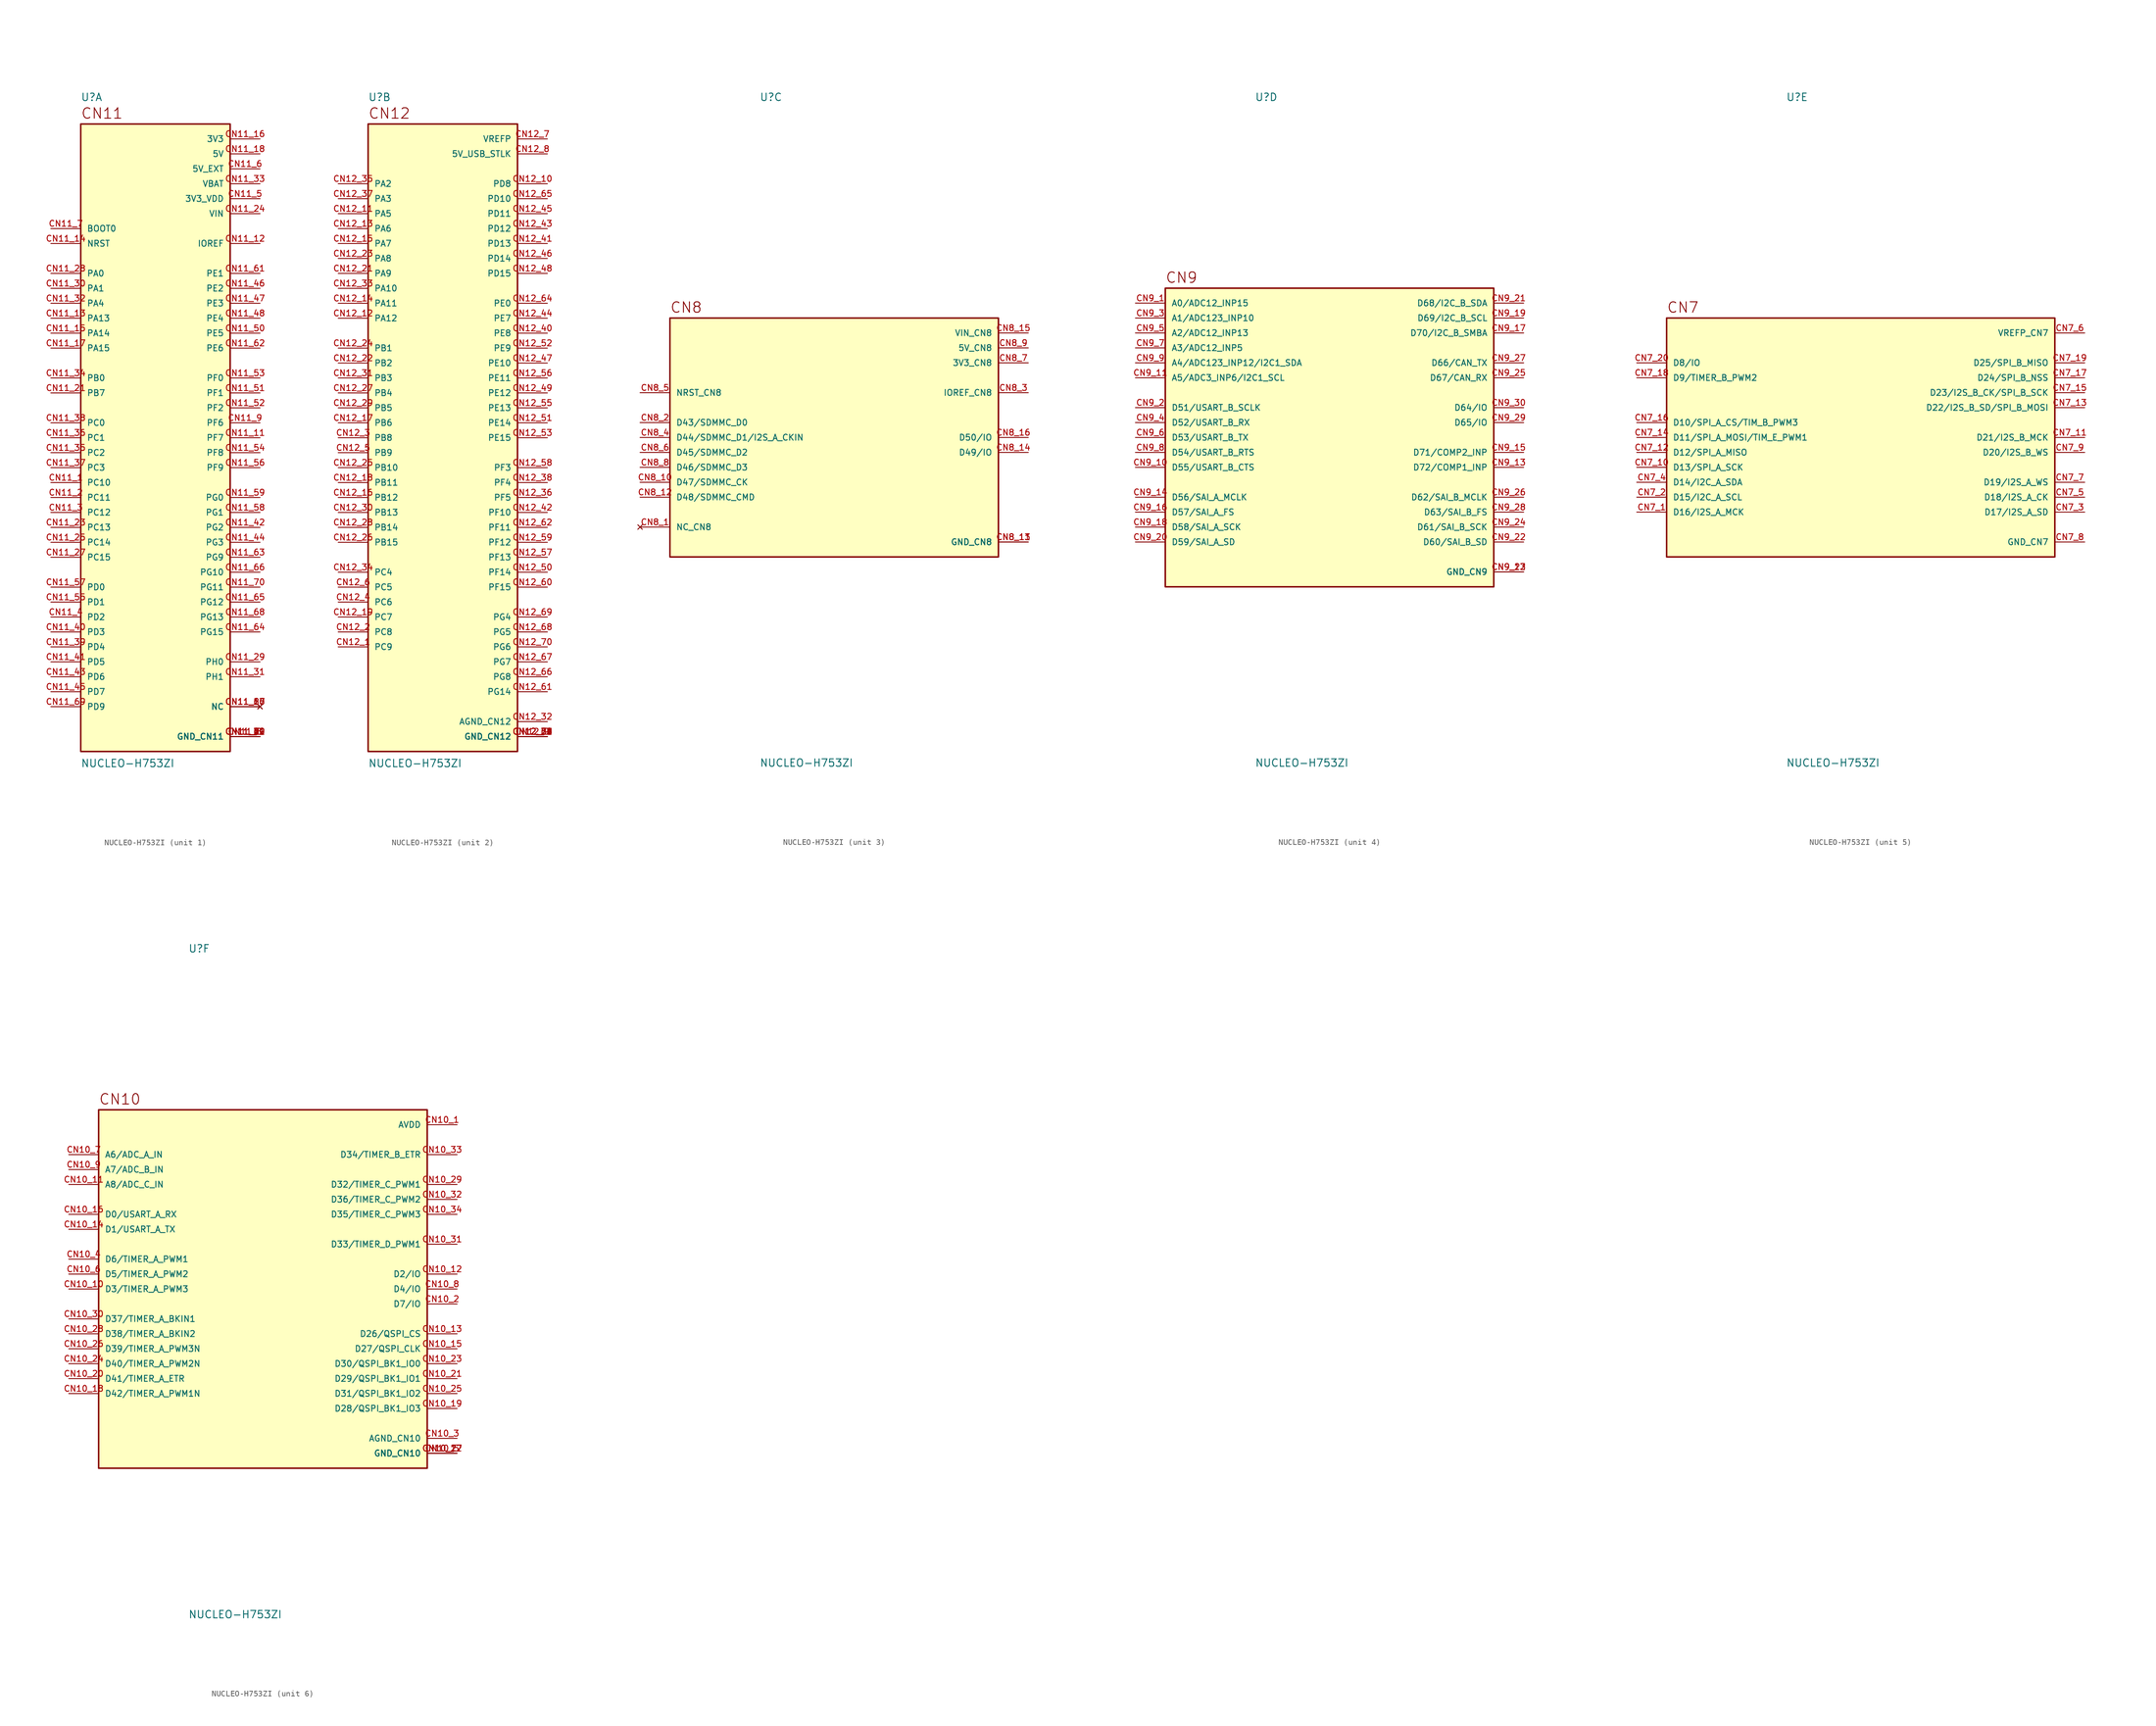
<source format=kicad_sym>
(kicad_symbol_lib
  (version 20211014)
  (generator kicad_symbol_editor)
  (symbol "NUCLEO-H753ZI"
    (pin_names
      (offset 1.016))
    (property "Reference" "U"
      (at -12.7 57.15 0)
      (effects (font (size 1.27 1.27)) (justify bottom left)))
    (property "Value" "NUCLEO-H753ZI"
      (at -12.7 -54.61 0.0)
      (effects (font (size 1.27 1.27)) (justify top left)))
    (symbol "NUCLEO-H753ZI_1_0"
      (text "CN11" (at -12.7 54.102 0) (effects (font (size 1.778 1.778)) (justify bottom left)))
      (rectangle (start -12.7 -53.34) (end 12.7 53.34) (stroke (width 0.254)) (fill (type background)))
      (pin bidirectional line (at -17.78 -7.62 0) (length 5.08) (name "PC10" (effects (font (size 1.016 1.016)))) (number "CN11_1" (effects (font (size 1.016 1.016)))))
      (pin bidirectional line (at -17.78 -10.16 0) (length 5.08) (name "PC11" (effects (font (size 1.016 1.016)))) (number "CN11_2" (effects (font (size 1.016 1.016)))))
      (pin bidirectional line (at -17.78 -12.7 0) (length 5.08) (name "PC12" (effects (font (size 1.016 1.016)))) (number "CN11_3" (effects (font (size 1.016 1.016)))))
      (pin bidirectional line (at -17.78 -30.48 0) (length 5.08) (name "PD2" (effects (font (size 1.016 1.016)))) (number "CN11_4" (effects (font (size 1.016 1.016)))))
      (pin power_in line (at 17.78 40.64 180.0) (length 5.08) (name "3V3_VDD" (effects (font (size 1.016 1.016)))) (number "CN11_5" (effects (font (size 1.016 1.016)))))
      (pin power_in line (at 17.78 45.72 180.0) (length 5.08) (name "5V_EXT" (effects (font (size 1.016 1.016)))) (number "CN11_6" (effects (font (size 1.016 1.016)))))
      (pin input line (at -17.78 35.56 0) (length 5.08) (name "BOOT0" (effects (font (size 1.016 1.016)))) (number "CN11_7" (effects (font (size 1.016 1.016)))))
      (pin power_in line (at 17.78 -50.8 180.0) (length 5.08) (name "GND_CN11" (effects (font (size 1.016 1.016)))) (number "CN11_8" (effects (font (size 1.016 1.016)))))
      (pin power_in line (at 17.78 -50.8 180.0) (length 5.08) (name "GND_CN11" (effects (font (size 1.016 1.016)))) (number "CN11_19" (effects (font (size 1.016 1.016)))))
      (pin power_in line (at 17.78 -50.8 180.0) (length 5.08) (name "GND_CN11" (effects (font (size 1.016 1.016)))) (number "CN11_20" (effects (font (size 1.016 1.016)))))
      (pin power_in line (at 17.78 -50.8 180.0) (length 5.08) (name "GND_CN11" (effects (font (size 1.016 1.016)))) (number "CN11_22" (effects (font (size 1.016 1.016)))))
      (pin power_in line (at 17.78 -50.8 180.0) (length 5.08) (name "GND_CN11" (effects (font (size 1.016 1.016)))) (number "CN11_49" (effects (font (size 1.016 1.016)))))
      (pin power_in line (at 17.78 -50.8 180.0) (length 5.08) (name "GND_CN11" (effects (font (size 1.016 1.016)))) (number "CN11_60" (effects (font (size 1.016 1.016)))))
      (pin power_in line (at 17.78 -50.8 180.0) (length 5.08) (name "GND_CN11" (effects (font (size 1.016 1.016)))) (number "CN11_71" (effects (font (size 1.016 1.016)))))
      (pin power_in line (at 17.78 -50.8 180.0) (length 5.08) (name "GND_CN11" (effects (font (size 1.016 1.016)))) (number "CN11_72" (effects (font (size 1.016 1.016)))))
      (pin bidirectional line (at 17.78 2.54 180.0) (length 5.08) (name "PF6" (effects (font (size 1.016 1.016)))) (number "CN11_9" (effects (font (size 1.016 1.016)))))
      (pin bidirectional line (at 17.78 0.0 180.0) (length 5.08) (name "PF7" (effects (font (size 1.016 1.016)))) (number "CN11_11" (effects (font (size 1.016 1.016)))))
      (pin bidirectional line (at 17.78 33.02 180.0) (length 5.08) (name "IOREF" (effects (font (size 1.016 1.016)))) (number "CN11_12" (effects (font (size 1.016 1.016)))))
      (pin bidirectional line (at -17.78 20.32 0) (length 5.08) (name "PA13" (effects (font (size 1.016 1.016)))) (number "CN11_13" (effects (font (size 1.016 1.016)))))
      (pin input line (at -17.78 33.02 0) (length 5.08) (name "NRST" (effects (font (size 1.016 1.016)))) (number "CN11_14" (effects (font (size 1.016 1.016)))))
      (pin bidirectional line (at -17.78 17.78 0) (length 5.08) (name "PA14" (effects (font (size 1.016 1.016)))) (number "CN11_15" (effects (font (size 1.016 1.016)))))
      (pin power_in line (at 17.78 50.8 180.0) (length 5.08) (name "3V3" (effects (font (size 1.016 1.016)))) (number "CN11_16" (effects (font (size 1.016 1.016)))))
      (pin bidirectional line (at -17.78 15.24 0) (length 5.08) (name "PA15" (effects (font (size 1.016 1.016)))) (number "CN11_17" (effects (font (size 1.016 1.016)))))
      (pin power_in line (at 17.78 48.26 180.0) (length 5.08) (name "5V" (effects (font (size 1.016 1.016)))) (number "CN11_18" (effects (font (size 1.016 1.016)))))
      (pin bidirectional line (at -17.78 7.62 0) (length 5.08) (name "PB7" (effects (font (size 1.016 1.016)))) (number "CN11_21" (effects (font (size 1.016 1.016)))))
      (pin bidirectional line (at -17.78 -15.24 0) (length 5.08) (name "PC13" (effects (font (size 1.016 1.016)))) (number "CN11_23" (effects (font (size 1.016 1.016)))))
      (pin power_in line (at 17.78 38.1 180.0) (length 5.08) (name "VIN" (effects (font (size 1.016 1.016)))) (number "CN11_24" (effects (font (size 1.016 1.016)))))
      (pin bidirectional line (at -17.78 -17.78 0) (length 5.08) (name "PC14" (effects (font (size 1.016 1.016)))) (number "CN11_25" (effects (font (size 1.016 1.016)))))
      (pin bidirectional line (at -17.78 -20.32 0) (length 5.08) (name "PC15" (effects (font (size 1.016 1.016)))) (number "CN11_27" (effects (font (size 1.016 1.016)))))
      (pin bidirectional line (at -17.78 27.94 0) (length 5.08) (name "PA0" (effects (font (size 1.016 1.016)))) (number "CN11_28" (effects (font (size 1.016 1.016)))))
      (pin bidirectional line (at 17.78 -38.1 180.0) (length 5.08) (name "PH0" (effects (font (size 1.016 1.016)))) (number "CN11_29" (effects (font (size 1.016 1.016)))))
      (pin bidirectional line (at -17.78 25.4 0) (length 5.08) (name "PA1" (effects (font (size 1.016 1.016)))) (number "CN11_30" (effects (font (size 1.016 1.016)))))
      (pin bidirectional line (at 17.78 -40.64 180.0) (length 5.08) (name "PH1" (effects (font (size 1.016 1.016)))) (number "CN11_31" (effects (font (size 1.016 1.016)))))
      (pin bidirectional line (at -17.78 22.86 0) (length 5.08) (name "PA4" (effects (font (size 1.016 1.016)))) (number "CN11_32" (effects (font (size 1.016 1.016)))))
      (pin power_in line (at 17.78 43.18 180.0) (length 5.08) (name "VBAT" (effects (font (size 1.016 1.016)))) (number "CN11_33" (effects (font (size 1.016 1.016)))))
      (pin bidirectional line (at -17.78 10.16 0) (length 5.08) (name "PB0" (effects (font (size 1.016 1.016)))) (number "CN11_34" (effects (font (size 1.016 1.016)))))
      (pin bidirectional line (at -17.78 -2.54 0) (length 5.08) (name "PC2" (effects (font (size 1.016 1.016)))) (number "CN11_35" (effects (font (size 1.016 1.016)))))
      (pin bidirectional line (at -17.78 0.0 0) (length 5.08) (name "PC1" (effects (font (size 1.016 1.016)))) (number "CN11_36" (effects (font (size 1.016 1.016)))))
      (pin bidirectional line (at -17.78 -5.08 0) (length 5.08) (name "PC3" (effects (font (size 1.016 1.016)))) (number "CN11_37" (effects (font (size 1.016 1.016)))))
      (pin bidirectional line (at -17.78 2.54 0) (length 5.08) (name "PC0" (effects (font (size 1.016 1.016)))) (number "CN11_38" (effects (font (size 1.016 1.016)))))
      (pin bidirectional line (at -17.78 -35.56 0) (length 5.08) (name "PD4" (effects (font (size 1.016 1.016)))) (number "CN11_39" (effects (font (size 1.016 1.016)))))
      (pin bidirectional line (at -17.78 -33.02 0) (length 5.08) (name "PD3" (effects (font (size 1.016 1.016)))) (number "CN11_40" (effects (font (size 1.016 1.016)))))
      (pin bidirectional line (at -17.78 -38.1 0) (length 5.08) (name "PD5" (effects (font (size 1.016 1.016)))) (number "CN11_41" (effects (font (size 1.016 1.016)))))
      (pin bidirectional line (at 17.78 -15.24 180.0) (length 5.08) (name "PG2" (effects (font (size 1.016 1.016)))) (number "CN11_42" (effects (font (size 1.016 1.016)))))
      (pin bidirectional line (at -17.78 -40.64 0) (length 5.08) (name "PD6" (effects (font (size 1.016 1.016)))) (number "CN11_43" (effects (font (size 1.016 1.016)))))
      (pin bidirectional line (at 17.78 -17.78 180.0) (length 5.08) (name "PG3" (effects (font (size 1.016 1.016)))) (number "CN11_44" (effects (font (size 1.016 1.016)))))
      (pin bidirectional line (at -17.78 -43.18 0) (length 5.08) (name "PD7" (effects (font (size 1.016 1.016)))) (number "CN11_45" (effects (font (size 1.016 1.016)))))
      (pin bidirectional line (at 17.78 25.4 180.0) (length 5.08) (name "PE2" (effects (font (size 1.016 1.016)))) (number "CN11_46" (effects (font (size 1.016 1.016)))))
      (pin bidirectional line (at 17.78 22.86 180.0) (length 5.08) (name "PE3" (effects (font (size 1.016 1.016)))) (number "CN11_47" (effects (font (size 1.016 1.016)))))
      (pin bidirectional line (at 17.78 20.32 180.0) (length 5.08) (name "PE4" (effects (font (size 1.016 1.016)))) (number "CN11_48" (effects (font (size 1.016 1.016)))))
      (pin bidirectional line (at 17.78 17.78 180.0) (length 5.08) (name "PE5" (effects (font (size 1.016 1.016)))) (number "CN11_50" (effects (font (size 1.016 1.016)))))
      (pin bidirectional line (at 17.78 7.62 180.0) (length 5.08) (name "PF1" (effects (font (size 1.016 1.016)))) (number "CN11_51" (effects (font (size 1.016 1.016)))))
      (pin bidirectional line (at 17.78 5.08 180.0) (length 5.08) (name "PF2" (effects (font (size 1.016 1.016)))) (number "CN11_52" (effects (font (size 1.016 1.016)))))
      (pin bidirectional line (at 17.78 10.16 180.0) (length 5.08) (name "PF0" (effects (font (size 1.016 1.016)))) (number "CN11_53" (effects (font (size 1.016 1.016)))))
      (pin bidirectional line (at 17.78 -2.54 180.0) (length 5.08) (name "PF8" (effects (font (size 1.016 1.016)))) (number "CN11_54" (effects (font (size 1.016 1.016)))))
      (pin bidirectional line (at -17.78 -27.94 0) (length 5.08) (name "PD1" (effects (font (size 1.016 1.016)))) (number "CN11_55" (effects (font (size 1.016 1.016)))))
      (pin bidirectional line (at 17.78 -5.08 180.0) (length 5.08) (name "PF9" (effects (font (size 1.016 1.016)))) (number "CN11_56" (effects (font (size 1.016 1.016)))))
      (pin bidirectional line (at -17.78 -25.4 0) (length 5.08) (name "PD0" (effects (font (size 1.016 1.016)))) (number "CN11_57" (effects (font (size 1.016 1.016)))))
      (pin bidirectional line (at 17.78 -12.7 180.0) (length 5.08) (name "PG1" (effects (font (size 1.016 1.016)))) (number "CN11_58" (effects (font (size 1.016 1.016)))))
      (pin bidirectional line (at 17.78 -10.16 180.0) (length 5.08) (name "PG0" (effects (font (size 1.016 1.016)))) (number "CN11_59" (effects (font (size 1.016 1.016)))))
      (pin bidirectional line (at 17.78 27.94 180.0) (length 5.08) (name "PE1" (effects (font (size 1.016 1.016)))) (number "CN11_61" (effects (font (size 1.016 1.016)))))
      (pin bidirectional line (at 17.78 15.24 180.0) (length 5.08) (name "PE6" (effects (font (size 1.016 1.016)))) (number "CN11_62" (effects (font (size 1.016 1.016)))))
      (pin bidirectional line (at 17.78 -20.32 180.0) (length 5.08) (name "PG9" (effects (font (size 1.016 1.016)))) (number "CN11_63" (effects (font (size 1.016 1.016)))))
      (pin bidirectional line (at 17.78 -33.02 180.0) (length 5.08) (name "PG15" (effects (font (size 1.016 1.016)))) (number "CN11_64" (effects (font (size 1.016 1.016)))))
      (pin bidirectional line (at 17.78 -27.94 180.0) (length 5.08) (name "PG12" (effects (font (size 1.016 1.016)))) (number "CN11_65" (effects (font (size 1.016 1.016)))))
      (pin bidirectional line (at 17.78 -22.86 180.0) (length 5.08) (name "PG10" (effects (font (size 1.016 1.016)))) (number "CN11_66" (effects (font (size 1.016 1.016)))))
      (pin bidirectional line (at 17.78 -30.48 180.0) (length 5.08) (name "PG13" (effects (font (size 1.016 1.016)))) (number "CN11_68" (effects (font (size 1.016 1.016)))))
      (pin bidirectional line (at -17.78 -45.72 0) (length 5.08) (name "PD9" (effects (font (size 1.016 1.016)))) (number "CN11_69" (effects (font (size 1.016 1.016)))))
      (pin bidirectional line (at 17.78 -25.4 180.0) (length 5.08) (name "PG11" (effects (font (size 1.016 1.016)))) (number "CN11_70" (effects (font (size 1.016 1.016)))))
      (pin no_connect line (at 17.78 -45.72 180.0) (length 5.08) (name "NC" (effects (font (size 1.016 1.016)))) (number "CN11_10" (effects (font (size 1.016 1.016)))))
      (pin no_connect line (at 17.78 -45.72 180.0) (length 5.08) (name "NC" (effects (font (size 1.016 1.016)))) (number "CN11_26" (effects (font (size 1.016 1.016)))))
      (pin no_connect line (at 17.78 -45.72 180.0) (length 5.08) (name "NC" (effects (font (size 1.016 1.016)))) (number "CN11_67" (effects (font (size 1.016 1.016))))))
    (symbol "NUCLEO-H753ZI_2_0"
      (text "CN12" (at -12.7 54.102 0) (effects (font (size 1.778 1.778)) (justify bottom left)))
      (rectangle (start -12.7 -53.34) (end 12.7 53.34) (stroke (width 0.254)) (fill (type background)))
      (pin bidirectional line (at -17.78 -35.56 0) (length 5.08) (name "PC9" (effects (font (size 1.016 1.016)))) (number "CN12_1" (effects (font (size 1.016 1.016)))))
      (pin bidirectional line (at -17.78 -33.02 0) (length 5.08) (name "PC8" (effects (font (size 1.016 1.016)))) (number "CN12_2" (effects (font (size 1.016 1.016)))))
      (pin bidirectional line (at -17.78 0.0 0) (length 5.08) (name "PB8" (effects (font (size 1.016 1.016)))) (number "CN12_3" (effects (font (size 1.016 1.016)))))
      (pin bidirectional line (at -17.78 -27.94 0) (length 5.08) (name "PC6" (effects (font (size 1.016 1.016)))) (number "CN12_4" (effects (font (size 1.016 1.016)))))
      (pin bidirectional line (at -17.78 -2.54 0) (length 5.08) (name "PB9" (effects (font (size 1.016 1.016)))) (number "CN12_5" (effects (font (size 1.016 1.016)))))
      (pin bidirectional line (at -17.78 -25.4 0) (length 5.08) (name "PC5" (effects (font (size 1.016 1.016)))) (number "CN12_6" (effects (font (size 1.016 1.016)))))
      (pin power_in line (at 17.78 50.8 180.0) (length 5.08) (name "VREFP" (effects (font (size 1.016 1.016)))) (number "CN12_7" (effects (font (size 1.016 1.016)))))
      (pin power_in line (at 17.78 48.26 180.0) (length 5.08) (name "5V_USB_STLK" (effects (font (size 1.016 1.016)))) (number "CN12_8" (effects (font (size 1.016 1.016)))))
      (pin power_in line (at 17.78 -50.8 180.0) (length 5.08) (name "GND_CN12" (effects (font (size 1.016 1.016)))) (number "CN12_9" (effects (font (size 1.016 1.016)))))
      (pin power_in line (at 17.78 -50.8 180.0) (length 5.08) (name "GND_CN12" (effects (font (size 1.016 1.016)))) (number "CN12_20" (effects (font (size 1.016 1.016)))))
      (pin power_in line (at 17.78 -50.8 180.0) (length 5.08) (name "GND_CN12" (effects (font (size 1.016 1.016)))) (number "CN12_39" (effects (font (size 1.016 1.016)))))
      (pin power_in line (at 17.78 -50.8 180.0) (length 5.08) (name "GND_CN12" (effects (font (size 1.016 1.016)))) (number "CN12_54" (effects (font (size 1.016 1.016)))))
      (pin power_in line (at 17.78 -50.8 180.0) (length 5.08) (name "GND_CN12" (effects (font (size 1.016 1.016)))) (number "CN12_63" (effects (font (size 1.016 1.016)))))
      (pin power_in line (at 17.78 -50.8 180.0) (length 5.08) (name "GND_CN12" (effects (font (size 1.016 1.016)))) (number "CN12_71" (effects (font (size 1.016 1.016)))))
      (pin power_in line (at 17.78 -50.8 180.0) (length 5.08) (name "GND_CN12" (effects (font (size 1.016 1.016)))) (number "CN12_72" (effects (font (size 1.016 1.016)))))
      (pin bidirectional line (at 17.78 43.18 180.0) (length 5.08) (name "PD8" (effects (font (size 1.016 1.016)))) (number "CN12_10" (effects (font (size 1.016 1.016)))))
      (pin bidirectional line (at -17.78 38.1 0) (length 5.08) (name "PA5" (effects (font (size 1.016 1.016)))) (number "CN12_11" (effects (font (size 1.016 1.016)))))
      (pin bidirectional line (at -17.78 20.32 0) (length 5.08) (name "PA12" (effects (font (size 1.016 1.016)))) (number "CN12_12" (effects (font (size 1.016 1.016)))))
      (pin bidirectional line (at -17.78 35.56 0) (length 5.08) (name "PA6" (effects (font (size 1.016 1.016)))) (number "CN12_13" (effects (font (size 1.016 1.016)))))
      (pin bidirectional line (at -17.78 22.86 0) (length 5.08) (name "PA11" (effects (font (size 1.016 1.016)))) (number "CN12_14" (effects (font (size 1.016 1.016)))))
      (pin bidirectional line (at -17.78 33.02 0) (length 5.08) (name "PA7" (effects (font (size 1.016 1.016)))) (number "CN12_15" (effects (font (size 1.016 1.016)))))
      (pin bidirectional line (at -17.78 -10.16 0) (length 5.08) (name "PB12" (effects (font (size 1.016 1.016)))) (number "CN12_16" (effects (font (size 1.016 1.016)))))
      (pin bidirectional line (at -17.78 2.54 0) (length 5.08) (name "PB6" (effects (font (size 1.016 1.016)))) (number "CN12_17" (effects (font (size 1.016 1.016)))))
      (pin bidirectional line (at -17.78 -7.62 0) (length 5.08) (name "PB11" (effects (font (size 1.016 1.016)))) (number "CN12_18" (effects (font (size 1.016 1.016)))))
      (pin bidirectional line (at -17.78 -30.48 0) (length 5.08) (name "PC7" (effects (font (size 1.016 1.016)))) (number "CN12_19" (effects (font (size 1.016 1.016)))))
      (pin bidirectional line (at -17.78 27.94 0) (length 5.08) (name "PA9" (effects (font (size 1.016 1.016)))) (number "CN12_21" (effects (font (size 1.016 1.016)))))
      (pin bidirectional line (at -17.78 12.7 0) (length 5.08) (name "PB2" (effects (font (size 1.016 1.016)))) (number "CN12_22" (effects (font (size 1.016 1.016)))))
      (pin bidirectional line (at -17.78 30.48 0) (length 5.08) (name "PA8" (effects (font (size 1.016 1.016)))) (number "CN12_23" (effects (font (size 1.016 1.016)))))
      (pin bidirectional line (at -17.78 15.24 0) (length 5.08) (name "PB1" (effects (font (size 1.016 1.016)))) (number "CN12_24" (effects (font (size 1.016 1.016)))))
      (pin bidirectional line (at -17.78 -5.08 0) (length 5.08) (name "PB10" (effects (font (size 1.016 1.016)))) (number "CN12_25" (effects (font (size 1.016 1.016)))))
      (pin bidirectional line (at -17.78 -17.78 0) (length 5.08) (name "PB15" (effects (font (size 1.016 1.016)))) (number "CN12_26" (effects (font (size 1.016 1.016)))))
      (pin bidirectional line (at -17.78 7.62 0) (length 5.08) (name "PB4" (effects (font (size 1.016 1.016)))) (number "CN12_27" (effects (font (size 1.016 1.016)))))
      (pin bidirectional line (at -17.78 -15.24 0) (length 5.08) (name "PB14" (effects (font (size 1.016 1.016)))) (number "CN12_28" (effects (font (size 1.016 1.016)))))
      (pin bidirectional line (at -17.78 5.08 0) (length 5.08) (name "PB5" (effects (font (size 1.016 1.016)))) (number "CN12_29" (effects (font (size 1.016 1.016)))))
      (pin bidirectional line (at -17.78 -12.7 0) (length 5.08) (name "PB13" (effects (font (size 1.016 1.016)))) (number "CN12_30" (effects (font (size 1.016 1.016)))))
      (pin bidirectional line (at -17.78 10.16 0) (length 5.08) (name "PB3" (effects (font (size 1.016 1.016)))) (number "CN12_31" (effects (font (size 1.016 1.016)))))
      (pin power_in line (at 17.78 -48.26 180.0) (length 5.08) (name "AGND_CN12" (effects (font (size 1.016 1.016)))) (number "CN12_32" (effects (font (size 1.016 1.016)))))
      (pin bidirectional line (at -17.78 25.4 0) (length 5.08) (name "PA10" (effects (font (size 1.016 1.016)))) (number "CN12_33" (effects (font (size 1.016 1.016)))))
      (pin bidirectional line (at -17.78 -22.86 0) (length 5.08) (name "PC4" (effects (font (size 1.016 1.016)))) (number "CN12_34" (effects (font (size 1.016 1.016)))))
      (pin bidirectional line (at -17.78 43.18 0) (length 5.08) (name "PA2" (effects (font (size 1.016 1.016)))) (number "CN12_35" (effects (font (size 1.016 1.016)))))
      (pin bidirectional line (at 17.78 -10.16 180.0) (length 5.08) (name "PF5" (effects (font (size 1.016 1.016)))) (number "CN12_36" (effects (font (size 1.016 1.016)))))
      (pin bidirectional line (at -17.78 40.64 0) (length 5.08) (name "PA3" (effects (font (size 1.016 1.016)))) (number "CN12_37" (effects (font (size 1.016 1.016)))))
      (pin bidirectional line (at 17.78 -7.62 180.0) (length 5.08) (name "PF4" (effects (font (size 1.016 1.016)))) (number "CN12_38" (effects (font (size 1.016 1.016)))))
      (pin bidirectional line (at 17.78 17.78 180.0) (length 5.08) (name "PE8" (effects (font (size 1.016 1.016)))) (number "CN12_40" (effects (font (size 1.016 1.016)))))
      (pin bidirectional line (at 17.78 33.02 180.0) (length 5.08) (name "PD13" (effects (font (size 1.016 1.016)))) (number "CN12_41" (effects (font (size 1.016 1.016)))))
      (pin bidirectional line (at 17.78 -12.7 180.0) (length 5.08) (name "PF10" (effects (font (size 1.016 1.016)))) (number "CN12_42" (effects (font (size 1.016 1.016)))))
      (pin bidirectional line (at 17.78 35.56 180.0) (length 5.08) (name "PD12" (effects (font (size 1.016 1.016)))) (number "CN12_43" (effects (font (size 1.016 1.016)))))
      (pin bidirectional line (at 17.78 20.32 180.0) (length 5.08) (name "PE7" (effects (font (size 1.016 1.016)))) (number "CN12_44" (effects (font (size 1.016 1.016)))))
      (pin bidirectional line (at 17.78 38.1 180.0) (length 5.08) (name "PD11" (effects (font (size 1.016 1.016)))) (number "CN12_45" (effects (font (size 1.016 1.016)))))
      (pin bidirectional line (at 17.78 30.48 180.0) (length 5.08) (name "PD14" (effects (font (size 1.016 1.016)))) (number "CN12_46" (effects (font (size 1.016 1.016)))))
      (pin bidirectional line (at 17.78 12.7 180.0) (length 5.08) (name "PE10" (effects (font (size 1.016 1.016)))) (number "CN12_47" (effects (font (size 1.016 1.016)))))
      (pin bidirectional line (at 17.78 27.94 180.0) (length 5.08) (name "PD15" (effects (font (size 1.016 1.016)))) (number "CN12_48" (effects (font (size 1.016 1.016)))))
      (pin bidirectional line (at 17.78 7.62 180.0) (length 5.08) (name "PE12" (effects (font (size 1.016 1.016)))) (number "CN12_49" (effects (font (size 1.016 1.016)))))
      (pin bidirectional line (at 17.78 -22.86 180.0) (length 5.08) (name "PF14" (effects (font (size 1.016 1.016)))) (number "CN12_50" (effects (font (size 1.016 1.016)))))
      (pin bidirectional line (at 17.78 2.54 180.0) (length 5.08) (name "PE14" (effects (font (size 1.016 1.016)))) (number "CN12_51" (effects (font (size 1.016 1.016)))))
      (pin bidirectional line (at 17.78 15.24 180.0) (length 5.08) (name "PE9" (effects (font (size 1.016 1.016)))) (number "CN12_52" (effects (font (size 1.016 1.016)))))
      (pin bidirectional line (at 17.78 0.0 180.0) (length 5.08) (name "PE15" (effects (font (size 1.016 1.016)))) (number "CN12_53" (effects (font (size 1.016 1.016)))))
      (pin bidirectional line (at 17.78 5.08 180.0) (length 5.08) (name "PE13" (effects (font (size 1.016 1.016)))) (number "CN12_55" (effects (font (size 1.016 1.016)))))
      (pin bidirectional line (at 17.78 10.16 180.0) (length 5.08) (name "PE11" (effects (font (size 1.016 1.016)))) (number "CN12_56" (effects (font (size 1.016 1.016)))))
      (pin bidirectional line (at 17.78 -20.32 180.0) (length 5.08) (name "PF13" (effects (font (size 1.016 1.016)))) (number "CN12_57" (effects (font (size 1.016 1.016)))))
      (pin bidirectional line (at 17.78 -5.08 180.0) (length 5.08) (name "PF3" (effects (font (size 1.016 1.016)))) (number "CN12_58" (effects (font (size 1.016 1.016)))))
      (pin bidirectional line (at 17.78 -17.78 180.0) (length 5.08) (name "PF12" (effects (font (size 1.016 1.016)))) (number "CN12_59" (effects (font (size 1.016 1.016)))))
      (pin bidirectional line (at 17.78 -25.4 180.0) (length 5.08) (name "PF15" (effects (font (size 1.016 1.016)))) (number "CN12_60" (effects (font (size 1.016 1.016)))))
      (pin bidirectional line (at 17.78 -43.18 180.0) (length 5.08) (name "PG14" (effects (font (size 1.016 1.016)))) (number "CN12_61" (effects (font (size 1.016 1.016)))))
      (pin bidirectional line (at 17.78 -15.24 180.0) (length 5.08) (name "PF11" (effects (font (size 1.016 1.016)))) (number "CN12_62" (effects (font (size 1.016 1.016)))))
      (pin bidirectional line (at 17.78 22.86 180.0) (length 5.08) (name "PE0" (effects (font (size 1.016 1.016)))) (number "CN12_64" (effects (font (size 1.016 1.016)))))
      (pin bidirectional line (at 17.78 40.64 180.0) (length 5.08) (name "PD10" (effects (font (size 1.016 1.016)))) (number "CN12_65" (effects (font (size 1.016 1.016)))))
      (pin bidirectional line (at 17.78 -40.64 180.0) (length 5.08) (name "PG8" (effects (font (size 1.016 1.016)))) (number "CN12_66" (effects (font (size 1.016 1.016)))))
      (pin bidirectional line (at 17.78 -38.1 180.0) (length 5.08) (name "PG7" (effects (font (size 1.016 1.016)))) (number "CN12_67" (effects (font (size 1.016 1.016)))))
      (pin bidirectional line (at 17.78 -33.02 180.0) (length 5.08) (name "PG5" (effects (font (size 1.016 1.016)))) (number "CN12_68" (effects (font (size 1.016 1.016)))))
      (pin bidirectional line (at 17.78 -30.48 180.0) (length 5.08) (name "PG4" (effects (font (size 1.016 1.016)))) (number "CN12_69" (effects (font (size 1.016 1.016)))))
      (pin bidirectional line (at 17.78 -35.56 180.0) (length 5.08) (name "PG6" (effects (font (size 1.016 1.016)))) (number "CN12_70" (effects (font (size 1.016 1.016))))))
    (symbol "NUCLEO-H753ZI_3_0"
      (text "CN8" (at -27.94 21.082 0) (effects (font (size 1.778 1.778)) (justify bottom left)))
      (rectangle (start -27.94 -20.32) (end 27.94 20.32) (stroke (width 0.254)) (fill (type background)))
      (pin bidirectional line (at -33.02 2.54 0) (length 5.08) (name "D43/SDMMC_D0" (effects (font (size 1.016 1.016)))) (number "CN8_2" (effects (font (size 1.016 1.016)))))
      (pin bidirectional line (at 33.02 7.62 180.0) (length 5.08) (name "IOREF_CN8" (effects (font (size 1.016 1.016)))) (number "CN8_3" (effects (font (size 1.016 1.016)))))
      (pin bidirectional line (at -33.02 0.0 0) (length 5.08) (name "D44/SDMMC_D1/I2S_A_CKIN" (effects (font (size 1.016 1.016)))) (number "CN8_4" (effects (font (size 1.016 1.016)))))
      (pin input line (at -33.02 7.62 0) (length 5.08) (name "NRST_CN8" (effects (font (size 1.016 1.016)))) (number "CN8_5" (effects (font (size 1.016 1.016)))))
      (pin bidirectional line (at -33.02 -2.54 0) (length 5.08) (name "D45/SDMMC_D2" (effects (font (size 1.016 1.016)))) (number "CN8_6" (effects (font (size 1.016 1.016)))))
      (pin power_in line (at 33.02 12.7 180.0) (length 5.08) (name "3V3_CN8" (effects (font (size 1.016 1.016)))) (number "CN8_7" (effects (font (size 1.016 1.016)))))
      (pin bidirectional line (at -33.02 -5.08 0) (length 5.08) (name "D46/SDMMC_D3" (effects (font (size 1.016 1.016)))) (number "CN8_8" (effects (font (size 1.016 1.016)))))
      (pin power_in line (at 33.02 15.24 180.0) (length 5.08) (name "5V_CN8" (effects (font (size 1.016 1.016)))) (number "CN8_9" (effects (font (size 1.016 1.016)))))
      (pin bidirectional line (at -33.02 -7.62 0) (length 5.08) (name "D47/SDMMC_CK" (effects (font (size 1.016 1.016)))) (number "CN8_10" (effects (font (size 1.016 1.016)))))
      (pin power_in line (at 33.02 -17.78 180.0) (length 5.08) (name "GND_CN8" (effects (font (size 1.016 1.016)))) (number "CN8_11" (effects (font (size 1.016 1.016)))))
      (pin power_in line (at 33.02 -17.78 180.0) (length 5.08) (name "GND_CN8" (effects (font (size 1.016 1.016)))) (number "CN8_13" (effects (font (size 1.016 1.016)))))
      (pin bidirectional line (at -33.02 -10.16 0) (length 5.08) (name "D48/SDMMC_CMD" (effects (font (size 1.016 1.016)))) (number "CN8_12" (effects (font (size 1.016 1.016)))))
      (pin bidirectional line (at 33.02 -2.54 180.0) (length 5.08) (name "D49/IO" (effects (font (size 1.016 1.016)))) (number "CN8_14" (effects (font (size 1.016 1.016)))))
      (pin power_in line (at 33.02 17.78 180.0) (length 5.08) (name "VIN_CN8" (effects (font (size 1.016 1.016)))) (number "CN8_15" (effects (font (size 1.016 1.016)))))
      (pin bidirectional line (at 33.02 0.0 180.0) (length 5.08) (name "D50/IO" (effects (font (size 1.016 1.016)))) (number "CN8_16" (effects (font (size 1.016 1.016)))))
      (pin no_connect line (at -33.02 -15.24 0) (length 5.08) (name "NC_CN8" (effects (font (size 1.016 1.016)))) (number "CN8_1" (effects (font (size 1.016 1.016))))))
    (symbol "NUCLEO-H753ZI_4_0"
      (text "CN9" (at -27.94 26.162 0) (effects (font (size 1.778 1.778)) (justify bottom left)))
      (rectangle (start -27.94 -25.4) (end 27.94 25.4) (stroke (width 0.254)) (fill (type background)))
      (pin input line (at -33.02 22.86 0) (length 5.08) (name "A0/ADC12_INP15" (effects (font (size 1.016 1.016)))) (number "CN9_1" (effects (font (size 1.016 1.016)))))
      (pin bidirectional line (at -33.02 5.08 0) (length 5.08) (name "D51/USART_B_SCLK" (effects (font (size 1.016 1.016)))) (number "CN9_2" (effects (font (size 1.016 1.016)))))
      (pin input line (at -33.02 20.32 0) (length 5.08) (name "A1/ADC123_INP10" (effects (font (size 1.016 1.016)))) (number "CN9_3" (effects (font (size 1.016 1.016)))))
      (pin bidirectional line (at -33.02 2.54 0) (length 5.08) (name "D52/USART_B_RX" (effects (font (size 1.016 1.016)))) (number "CN9_4" (effects (font (size 1.016 1.016)))))
      (pin input line (at -33.02 17.78 0) (length 5.08) (name "A2/ADC12_INP13" (effects (font (size 1.016 1.016)))) (number "CN9_5" (effects (font (size 1.016 1.016)))))
      (pin bidirectional line (at -33.02 0.0 0) (length 5.08) (name "D53/USART_B_TX" (effects (font (size 1.016 1.016)))) (number "CN9_6" (effects (font (size 1.016 1.016)))))
      (pin input line (at -33.02 15.24 0) (length 5.08) (name "A3/ADC12_INP5" (effects (font (size 1.016 1.016)))) (number "CN9_7" (effects (font (size 1.016 1.016)))))
      (pin bidirectional line (at -33.02 -2.54 0) (length 5.08) (name "D54/USART_B_RTS" (effects (font (size 1.016 1.016)))) (number "CN9_8" (effects (font (size 1.016 1.016)))))
      (pin input line (at -33.02 12.7 0) (length 5.08) (name "A4/ADC123_INP12/I2C1_SDA" (effects (font (size 1.016 1.016)))) (number "CN9_9" (effects (font (size 1.016 1.016)))))
      (pin bidirectional line (at -33.02 -5.08 0) (length 5.08) (name "D55/USART_B_CTS" (effects (font (size 1.016 1.016)))) (number "CN9_10" (effects (font (size 1.016 1.016)))))
      (pin input line (at -33.02 10.16 0) (length 5.08) (name "A5/ADC3_INP6/I2C1_SCL" (effects (font (size 1.016 1.016)))) (number "CN9_11" (effects (font (size 1.016 1.016)))))
      (pin power_in line (at 33.02 -22.86 180.0) (length 5.08) (name "GND_CN9" (effects (font (size 1.016 1.016)))) (number "CN9_12" (effects (font (size 1.016 1.016)))))
      (pin power_in line (at 33.02 -22.86 180.0) (length 5.08) (name "GND_CN9" (effects (font (size 1.016 1.016)))) (number "CN9_23" (effects (font (size 1.016 1.016)))))
      (pin bidirectional line (at 33.02 -5.08 180.0) (length 5.08) (name "D72/COMP1_INP" (effects (font (size 1.016 1.016)))) (number "CN9_13" (effects (font (size 1.016 1.016)))))
      (pin bidirectional line (at -33.02 -10.16 0) (length 5.08) (name "D56/SAI_A_MCLK" (effects (font (size 1.016 1.016)))) (number "CN9_14" (effects (font (size 1.016 1.016)))))
      (pin bidirectional line (at 33.02 -2.54 180.0) (length 5.08) (name "D71/COMP2_INP" (effects (font (size 1.016 1.016)))) (number "CN9_15" (effects (font (size 1.016 1.016)))))
      (pin bidirectional line (at -33.02 -12.7 0) (length 5.08) (name "D57/SAI_A_FS" (effects (font (size 1.016 1.016)))) (number "CN9_16" (effects (font (size 1.016 1.016)))))
      (pin bidirectional line (at 33.02 17.78 180.0) (length 5.08) (name "D70/I2C_B_SMBA" (effects (font (size 1.016 1.016)))) (number "CN9_17" (effects (font (size 1.016 1.016)))))
      (pin bidirectional line (at -33.02 -15.24 0) (length 5.08) (name "D58/SAI_A_SCK" (effects (font (size 1.016 1.016)))) (number "CN9_18" (effects (font (size 1.016 1.016)))))
      (pin bidirectional line (at 33.02 20.32 180.0) (length 5.08) (name "D69/I2C_B_SCL" (effects (font (size 1.016 1.016)))) (number "CN9_19" (effects (font (size 1.016 1.016)))))
      (pin bidirectional line (at -33.02 -17.78 0) (length 5.08) (name "D59/SAI_A_SD" (effects (font (size 1.016 1.016)))) (number "CN9_20" (effects (font (size 1.016 1.016)))))
      (pin bidirectional line (at 33.02 22.86 180.0) (length 5.08) (name "D68/I2C_B_SDA" (effects (font (size 1.016 1.016)))) (number "CN9_21" (effects (font (size 1.016 1.016)))))
      (pin bidirectional line (at 33.02 -17.78 180.0) (length 5.08) (name "D60/SAI_B_SD" (effects (font (size 1.016 1.016)))) (number "CN9_22" (effects (font (size 1.016 1.016)))))
      (pin bidirectional line (at 33.02 -15.24 180.0) (length 5.08) (name "D61/SAI_B_SCK" (effects (font (size 1.016 1.016)))) (number "CN9_24" (effects (font (size 1.016 1.016)))))
      (pin input line (at 33.02 10.16 180.0) (length 5.08) (name "D67/CAN_RX" (effects (font (size 1.016 1.016)))) (number "CN9_25" (effects (font (size 1.016 1.016)))))
      (pin bidirectional line (at 33.02 -10.16 180.0) (length 5.08) (name "D62/SAI_B_MCLK" (effects (font (size 1.016 1.016)))) (number "CN9_26" (effects (font (size 1.016 1.016)))))
      (pin output line (at 33.02 12.7 180.0) (length 5.08) (name "D66/CAN_TX" (effects (font (size 1.016 1.016)))) (number "CN9_27" (effects (font (size 1.016 1.016)))))
      (pin bidirectional line (at 33.02 -12.7 180.0) (length 5.08) (name "D63/SAI_B_FS" (effects (font (size 1.016 1.016)))) (number "CN9_28" (effects (font (size 1.016 1.016)))))
      (pin bidirectional line (at 33.02 2.54 180.0) (length 5.08) (name "D65/IO" (effects (font (size 1.016 1.016)))) (number "CN9_29" (effects (font (size 1.016 1.016)))))
      (pin bidirectional line (at 33.02 5.08 180.0) (length 5.08) (name "D64/IO" (effects (font (size 1.016 1.016)))) (number "CN9_30" (effects (font (size 1.016 1.016))))))
    (symbol "NUCLEO-H753ZI_5_0"
      (text "CN7" (at -33.02 21.082 0) (effects (font (size 1.778 1.778)) (justify bottom left)))
      (rectangle (start -33.02 -20.32) (end 33.02 20.32) (stroke (width 0.254)) (fill (type background)))
      (pin bidirectional line (at -38.1 -12.7 0) (length 5.08) (name "D16/I2S_A_MCK" (effects (font (size 1.016 1.016)))) (number "CN7_1" (effects (font (size 1.016 1.016)))))
      (pin bidirectional line (at -38.1 -10.16 0) (length 5.08) (name "D15/I2C_A_SCL" (effects (font (size 1.016 1.016)))) (number "CN7_2" (effects (font (size 1.016 1.016)))))
      (pin bidirectional line (at 38.1 -12.7 180.0) (length 5.08) (name "D17/I2S_A_SD" (effects (font (size 1.016 1.016)))) (number "CN7_3" (effects (font (size 1.016 1.016)))))
      (pin bidirectional line (at -38.1 -7.62 0) (length 5.08) (name "D14/I2C_A_SDA" (effects (font (size 1.016 1.016)))) (number "CN7_4" (effects (font (size 1.016 1.016)))))
      (pin bidirectional line (at 38.1 -10.16 180.0) (length 5.08) (name "D18/I2S_A_CK" (effects (font (size 1.016 1.016)))) (number "CN7_5" (effects (font (size 1.016 1.016)))))
      (pin power_in line (at 38.1 17.78 180.0) (length 5.08) (name "VREFP_CN7" (effects (font (size 1.016 1.016)))) (number "CN7_6" (effects (font (size 1.016 1.016)))))
      (pin bidirectional line (at 38.1 -7.62 180.0) (length 5.08) (name "D19/I2S_A_WS" (effects (font (size 1.016 1.016)))) (number "CN7_7" (effects (font (size 1.016 1.016)))))
      (pin power_in line (at 38.1 -17.78 180.0) (length 5.08) (name "GND_CN7" (effects (font (size 1.016 1.016)))) (number "CN7_8" (effects (font (size 1.016 1.016)))))
      (pin bidirectional line (at 38.1 -2.54 180.0) (length 5.08) (name "D20/I2S_B_WS" (effects (font (size 1.016 1.016)))) (number "CN7_9" (effects (font (size 1.016 1.016)))))
      (pin bidirectional line (at -38.1 -5.08 0) (length 5.08) (name "D13/SPI_A_SCK" (effects (font (size 1.016 1.016)))) (number "CN7_10" (effects (font (size 1.016 1.016)))))
      (pin bidirectional line (at 38.1 0.0 180.0) (length 5.08) (name "D21/I2S_B_MCK" (effects (font (size 1.016 1.016)))) (number "CN7_11" (effects (font (size 1.016 1.016)))))
      (pin bidirectional line (at -38.1 -2.54 0) (length 5.08) (name "D12/SPI_A_MISO" (effects (font (size 1.016 1.016)))) (number "CN7_12" (effects (font (size 1.016 1.016)))))
      (pin bidirectional line (at 38.1 5.08 180.0) (length 5.08) (name "D22/I2S_B_SD/SPI_B_MOSI" (effects (font (size 1.016 1.016)))) (number "CN7_13" (effects (font (size 1.016 1.016)))))
      (pin bidirectional line (at -38.1 0.0 0) (length 5.08) (name "D11/SPI_A_MOSI/TIM_E_PWM1" (effects (font (size 1.016 1.016)))) (number "CN7_14" (effects (font (size 1.016 1.016)))))
      (pin bidirectional line (at 38.1 7.62 180.0) (length 5.08) (name "D23/I2S_B_CK/SPI_B_SCK" (effects (font (size 1.016 1.016)))) (number "CN7_15" (effects (font (size 1.016 1.016)))))
      (pin bidirectional line (at -38.1 2.54 0) (length 5.08) (name "D10/SPI_A_CS/TIM_B_PWM3" (effects (font (size 1.016 1.016)))) (number "CN7_16" (effects (font (size 1.016 1.016)))))
      (pin bidirectional line (at 38.1 10.16 180.0) (length 5.08) (name "D24/SPI_B_NSS" (effects (font (size 1.016 1.016)))) (number "CN7_17" (effects (font (size 1.016 1.016)))))
      (pin bidirectional line (at -38.1 10.16 0) (length 5.08) (name "D9/TIMER_B_PWM2" (effects (font (size 1.016 1.016)))) (number "CN7_18" (effects (font (size 1.016 1.016)))))
      (pin bidirectional line (at 38.1 12.7 180.0) (length 5.08) (name "D25/SPI_B_MISO" (effects (font (size 1.016 1.016)))) (number "CN7_19" (effects (font (size 1.016 1.016)))))
      (pin bidirectional line (at -38.1 12.7 0) (length 5.08) (name "D8/IO" (effects (font (size 1.016 1.016)))) (number "CN7_20" (effects (font (size 1.016 1.016))))))
    (symbol "NUCLEO-H753ZI_6_0"
      (text "CN10" (at -27.94 31.242 0) (effects (font (size 1.778 1.778)) (justify bottom left)))
      (rectangle (start -27.94 -30.48) (end 27.94 30.48) (stroke (width 0.254)) (fill (type background)))
      (pin power_in line (at 33.02 27.94 180.0) (length 5.08) (name "AVDD" (effects (font (size 1.016 1.016)))) (number "CN10_1" (effects (font (size 1.016 1.016)))))
      (pin bidirectional line (at 33.02 -2.54 180.0) (length 5.08) (name "D7/IO" (effects (font (size 1.016 1.016)))) (number "CN10_2" (effects (font (size 1.016 1.016)))))
      (pin power_in line (at 33.02 -25.4 180.0) (length 5.08) (name "AGND_CN10" (effects (font (size 1.016 1.016)))) (number "CN10_3" (effects (font (size 1.016 1.016)))))
      (pin bidirectional line (at -33.02 5.08 0) (length 5.08) (name "D6/TIMER_A_PWM1" (effects (font (size 1.016 1.016)))) (number "CN10_4" (effects (font (size 1.016 1.016)))))
      (pin power_in line (at 33.02 -27.94 180.0) (length 5.08) (name "GND_CN10" (effects (font (size 1.016 1.016)))) (number "CN10_5" (effects (font (size 1.016 1.016)))))
      (pin power_in line (at 33.02 -27.94 180.0) (length 5.08) (name "GND_CN10" (effects (font (size 1.016 1.016)))) (number "CN10_17" (effects (font (size 1.016 1.016)))))
      (pin power_in line (at 33.02 -27.94 180.0) (length 5.08) (name "GND_CN10" (effects (font (size 1.016 1.016)))) (number "CN10_22" (effects (font (size 1.016 1.016)))))
      (pin power_in line (at 33.02 -27.94 180.0) (length 5.08) (name "GND_CN10" (effects (font (size 1.016 1.016)))) (number "CN10_27" (effects (font (size 1.016 1.016)))))
      (pin bidirectional line (at -33.02 2.54 0) (length 5.08) (name "D5/TIMER_A_PWM2" (effects (font (size 1.016 1.016)))) (number "CN10_6" (effects (font (size 1.016 1.016)))))
      (pin input line (at -33.02 22.86 0) (length 5.08) (name "A6/ADC_A_IN" (effects (font (size 1.016 1.016)))) (number "CN10_7" (effects (font (size 1.016 1.016)))))
      (pin bidirectional line (at 33.02 0.0 180.0) (length 5.08) (name "D4/IO" (effects (font (size 1.016 1.016)))) (number "CN10_8" (effects (font (size 1.016 1.016)))))
      (pin input line (at -33.02 20.32 0) (length 5.08) (name "A7/ADC_B_IN" (effects (font (size 1.016 1.016)))) (number "CN10_9" (effects (font (size 1.016 1.016)))))
      (pin bidirectional line (at -33.02 0.0 0) (length 5.08) (name "D3/TIMER_A_PWM3" (effects (font (size 1.016 1.016)))) (number "CN10_10" (effects (font (size 1.016 1.016)))))
      (pin input line (at -33.02 17.78 0) (length 5.08) (name "A8/ADC_C_IN" (effects (font (size 1.016 1.016)))) (number "CN10_11" (effects (font (size 1.016 1.016)))))
      (pin bidirectional line (at 33.02 2.54 180.0) (length 5.08) (name "D2/IO" (effects (font (size 1.016 1.016)))) (number "CN10_12" (effects (font (size 1.016 1.016)))))
      (pin bidirectional line (at 33.02 -7.62 180.0) (length 5.08) (name "D26/QSPI_CS" (effects (font (size 1.016 1.016)))) (number "CN10_13" (effects (font (size 1.016 1.016)))))
      (pin output line (at -33.02 10.16 0) (length 5.08) (name "D1/USART_A_TX" (effects (font (size 1.016 1.016)))) (number "CN10_14" (effects (font (size 1.016 1.016)))))
      (pin bidirectional line (at 33.02 -10.16 180.0) (length 5.08) (name "D27/QSPI_CLK" (effects (font (size 1.016 1.016)))) (number "CN10_15" (effects (font (size 1.016 1.016)))))
      (pin input line (at -33.02 12.7 0) (length 5.08) (name "D0/USART_A_RX" (effects (font (size 1.016 1.016)))) (number "CN10_16" (effects (font (size 1.016 1.016)))))
      (pin bidirectional line (at -33.02 -17.78 0) (length 5.08) (name "D42/TIMER_A_PWM1N" (effects (font (size 1.016 1.016)))) (number "CN10_18" (effects (font (size 1.016 1.016)))))
      (pin bidirectional line (at 33.02 -20.32 180.0) (length 5.08) (name "D28/QSPI_BK1_IO3" (effects (font (size 1.016 1.016)))) (number "CN10_19" (effects (font (size 1.016 1.016)))))
      (pin bidirectional line (at -33.02 -15.24 0) (length 5.08) (name "D41/TIMER_A_ETR" (effects (font (size 1.016 1.016)))) (number "CN10_20" (effects (font (size 1.016 1.016)))))
      (pin bidirectional line (at 33.02 -15.24 180.0) (length 5.08) (name "D29/QSPI_BK1_IO1" (effects (font (size 1.016 1.016)))) (number "CN10_21" (effects (font (size 1.016 1.016)))))
      (pin bidirectional line (at 33.02 -12.7 180.0) (length 5.08) (name "D30/QSPI_BK1_IO0" (effects (font (size 1.016 1.016)))) (number "CN10_23" (effects (font (size 1.016 1.016)))))
      (pin bidirectional line (at -33.02 -12.7 0) (length 5.08) (name "D40/TIMER_A_PWM2N" (effects (font (size 1.016 1.016)))) (number "CN10_24" (effects (font (size 1.016 1.016)))))
      (pin bidirectional line (at 33.02 -17.78 180.0) (length 5.08) (name "D31/QSPI_BK1_IO2" (effects (font (size 1.016 1.016)))) (number "CN10_25" (effects (font (size 1.016 1.016)))))
      (pin bidirectional line (at -33.02 -10.16 0) (length 5.08) (name "D39/TIMER_A_PWM3N" (effects (font (size 1.016 1.016)))) (number "CN10_26" (effects (font (size 1.016 1.016)))))
      (pin bidirectional line (at -33.02 -7.62 0) (length 5.08) (name "D38/TIMER_A_BKIN2" (effects (font (size 1.016 1.016)))) (number "CN10_28" (effects (font (size 1.016 1.016)))))
      (pin bidirectional line (at 33.02 17.78 180.0) (length 5.08) (name "D32/TIMER_C_PWM1" (effects (font (size 1.016 1.016)))) (number "CN10_29" (effects (font (size 1.016 1.016)))))
      (pin bidirectional line (at -33.02 -5.08 0) (length 5.08) (name "D37/TIMER_A_BKIN1" (effects (font (size 1.016 1.016)))) (number "CN10_30" (effects (font (size 1.016 1.016)))))
      (pin bidirectional line (at 33.02 7.62 180.0) (length 5.08) (name "D33/TIMER_D_PWM1" (effects (font (size 1.016 1.016)))) (number "CN10_31" (effects (font (size 1.016 1.016)))))
      (pin bidirectional line (at 33.02 15.24 180.0) (length 5.08) (name "D36/TIMER_C_PWM2" (effects (font (size 1.016 1.016)))) (number "CN10_32" (effects (font (size 1.016 1.016)))))
      (pin bidirectional line (at 33.02 22.86 180.0) (length 5.08) (name "D34/TIMER_B_ETR" (effects (font (size 1.016 1.016)))) (number "CN10_33" (effects (font (size 1.016 1.016)))))
      (pin bidirectional line (at 33.02 12.7 180.0) (length 5.08) (name "D35/TIMER_C_PWM3" (effects (font (size 1.016 1.016)))) (number "CN10_34" (effects (font (size 1.016 1.016))))))))
</source>
